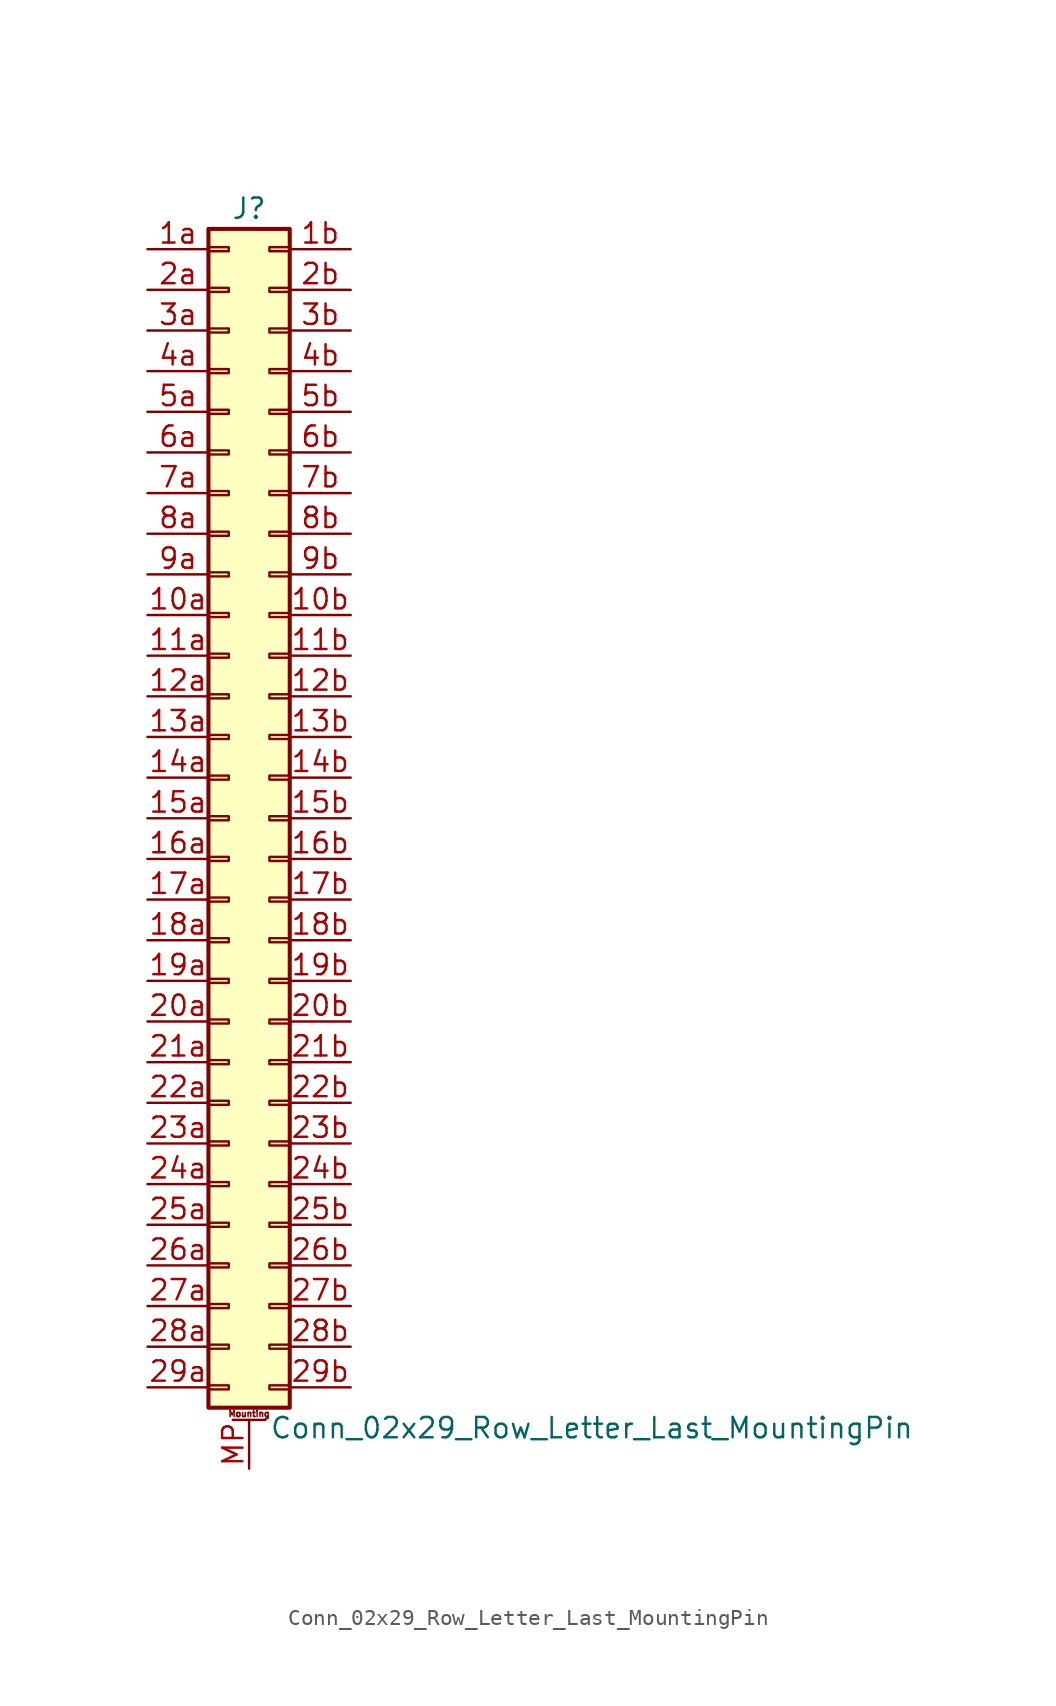
<source format=kicad_sym>
(kicad_symbol_lib
  (version 20211014)
  (generator kicad_symbol_editor)
  (symbol "Conn_02x29_Row_Letter_Last_MountingPin"
    (pin_names
      (offset 1.016) hide)
    (property "Reference" "J"
      (at 1.27 38.1 0)
      (effects (font (size 1.27 1.27))))
    (property "Value" "Conn_02x29_Row_Letter_Last_MountingPin"
      (at 2.54 -38.1 0)
      (effects (font (size 1.27 1.27)) (justify left)))
    (symbol "Conn_02x29_Row_Letter_Last_MountingPin_1_1"
      (rectangle (start -1.27 -35.433) (end 0 -35.687) (stroke (width 0.152) (type default) (color 0 0 0 0)) (fill (type none)))
      (rectangle (start -1.27 -32.893) (end 0 -33.147) (stroke (width 0.152) (type default) (color 0 0 0 0)) (fill (type none)))
      (rectangle (start -1.27 -30.353) (end 0 -30.607) (stroke (width 0.152) (type default) (color 0 0 0 0)) (fill (type none)))
      (rectangle (start -1.27 -27.813) (end 0 -28.067) (stroke (width 0.152) (type default) (color 0 0 0 0)) (fill (type none)))
      (rectangle (start -1.27 -25.273) (end 0 -25.527) (stroke (width 0.152) (type default) (color 0 0 0 0)) (fill (type none)))
      (rectangle (start -1.27 -22.733) (end 0 -22.987) (stroke (width 0.152) (type default) (color 0 0 0 0)) (fill (type none)))
      (rectangle (start -1.27 -20.193) (end 0 -20.447) (stroke (width 0.152) (type default) (color 0 0 0 0)) (fill (type none)))
      (rectangle (start -1.27 -17.653) (end 0 -17.907) (stroke (width 0.152) (type default) (color 0 0 0 0)) (fill (type none)))
      (rectangle (start -1.27 -15.113) (end 0 -15.367) (stroke (width 0.152) (type default) (color 0 0 0 0)) (fill (type none)))
      (rectangle (start -1.27 -12.573) (end 0 -12.827) (stroke (width 0.152) (type default) (color 0 0 0 0)) (fill (type none)))
      (rectangle (start -1.27 -10.033) (end 0 -10.287) (stroke (width 0.152) (type default) (color 0 0 0 0)) (fill (type none)))
      (rectangle (start -1.27 -7.493) (end 0 -7.747) (stroke (width 0.152) (type default) (color 0 0 0 0)) (fill (type none)))
      (rectangle (start -1.27 -4.953) (end 0 -5.207) (stroke (width 0.152) (type default) (color 0 0 0 0)) (fill (type none)))
      (rectangle (start -1.27 -2.413) (end 0 -2.667) (stroke (width 0.152) (type default) (color 0 0 0 0)) (fill (type none)))
      (rectangle (start -1.27 0.127) (end 0 -0.127) (stroke (width 0.152) (type default) (color 0 0 0 0)) (fill (type none)))
      (rectangle (start -1.27 2.667) (end 0 2.413) (stroke (width 0.152) (type default) (color 0 0 0 0)) (fill (type none)))
      (rectangle (start -1.27 5.207) (end 0 4.953) (stroke (width 0.152) (type default) (color 0 0 0 0)) (fill (type none)))
      (rectangle (start -1.27 7.747) (end 0 7.493) (stroke (width 0.152) (type default) (color 0 0 0 0)) (fill (type none)))
      (rectangle (start -1.27 10.287) (end 0 10.033) (stroke (width 0.152) (type default) (color 0 0 0 0)) (fill (type none)))
      (rectangle (start -1.27 12.827) (end 0 12.573) (stroke (width 0.152) (type default) (color 0 0 0 0)) (fill (type none)))
      (rectangle (start -1.27 15.367) (end 0 15.113) (stroke (width 0.152) (type default) (color 0 0 0 0)) (fill (type none)))
      (rectangle (start -1.27 17.907) (end 0 17.653) (stroke (width 0.152) (type default) (color 0 0 0 0)) (fill (type none)))
      (rectangle (start -1.27 20.447) (end 0 20.193) (stroke (width 0.152) (type default) (color 0 0 0 0)) (fill (type none)))
      (rectangle (start -1.27 22.987) (end 0 22.733) (stroke (width 0.152) (type default) (color 0 0 0 0)) (fill (type none)))
      (rectangle (start -1.27 25.527) (end 0 25.273) (stroke (width 0.152) (type default) (color 0 0 0 0)) (fill (type none)))
      (rectangle (start -1.27 28.067) (end 0 27.813) (stroke (width 0.152) (type default) (color 0 0 0 0)) (fill (type none)))
      (rectangle (start -1.27 30.607) (end 0 30.353) (stroke (width 0.152) (type default) (color 0 0 0 0)) (fill (type none)))
      (rectangle (start -1.27 33.147) (end 0 32.893) (stroke (width 0.152) (type default) (color 0 0 0 0)) (fill (type none)))
      (rectangle (start -1.27 35.687) (end 0 35.433) (stroke (width 0.152) (type default) (color 0 0 0 0)) (fill (type none)))
      (rectangle (start -1.27 36.83) (end 3.81 -36.83) (stroke (width 0.254) (type default) (color 0 0 0 0)) (fill (type background)))
      (polyline (pts (xy 0.254 -37.592) (xy 2.286 -37.592)) (stroke (width 0.152) (type default) (color 0 0 0 0)) (fill (type none)))
      (rectangle (start 3.81 -35.433) (end 2.54 -35.687) (stroke (width 0.152) (type default) (color 0 0 0 0)) (fill (type none)))
      (rectangle (start 3.81 -32.893) (end 2.54 -33.147) (stroke (width 0.152) (type default) (color 0 0 0 0)) (fill (type none)))
      (rectangle (start 3.81 -30.353) (end 2.54 -30.607) (stroke (width 0.152) (type default) (color 0 0 0 0)) (fill (type none)))
      (rectangle (start 3.81 -27.813) (end 2.54 -28.067) (stroke (width 0.152) (type default) (color 0 0 0 0)) (fill (type none)))
      (rectangle (start 3.81 -25.273) (end 2.54 -25.527) (stroke (width 0.152) (type default) (color 0 0 0 0)) (fill (type none)))
      (rectangle (start 3.81 -22.733) (end 2.54 -22.987) (stroke (width 0.152) (type default) (color 0 0 0 0)) (fill (type none)))
      (rectangle (start 3.81 -20.193) (end 2.54 -20.447) (stroke (width 0.152) (type default) (color 0 0 0 0)) (fill (type none)))
      (rectangle (start 3.81 -17.653) (end 2.54 -17.907) (stroke (width 0.152) (type default) (color 0 0 0 0)) (fill (type none)))
      (rectangle (start 3.81 -15.113) (end 2.54 -15.367) (stroke (width 0.152) (type default) (color 0 0 0 0)) (fill (type none)))
      (rectangle (start 3.81 -12.573) (end 2.54 -12.827) (stroke (width 0.152) (type default) (color 0 0 0 0)) (fill (type none)))
      (rectangle (start 3.81 -10.033) (end 2.54 -10.287) (stroke (width 0.152) (type default) (color 0 0 0 0)) (fill (type none)))
      (rectangle (start 3.81 -7.493) (end 2.54 -7.747) (stroke (width 0.152) (type default) (color 0 0 0 0)) (fill (type none)))
      (rectangle (start 3.81 -4.953) (end 2.54 -5.207) (stroke (width 0.152) (type default) (color 0 0 0 0)) (fill (type none)))
      (rectangle (start 3.81 -2.413) (end 2.54 -2.667) (stroke (width 0.152) (type default) (color 0 0 0 0)) (fill (type none)))
      (rectangle (start 3.81 0.127) (end 2.54 -0.127) (stroke (width 0.152) (type default) (color 0 0 0 0)) (fill (type none)))
      (rectangle (start 3.81 2.667) (end 2.54 2.413) (stroke (width 0.152) (type default) (color 0 0 0 0)) (fill (type none)))
      (rectangle (start 3.81 5.207) (end 2.54 4.953) (stroke (width 0.152) (type default) (color 0 0 0 0)) (fill (type none)))
      (rectangle (start 3.81 7.747) (end 2.54 7.493) (stroke (width 0.152) (type default) (color 0 0 0 0)) (fill (type none)))
      (rectangle (start 3.81 10.287) (end 2.54 10.033) (stroke (width 0.152) (type default) (color 0 0 0 0)) (fill (type none)))
      (rectangle (start 3.81 12.827) (end 2.54 12.573) (stroke (width 0.152) (type default) (color 0 0 0 0)) (fill (type none)))
      (rectangle (start 3.81 15.367) (end 2.54 15.113) (stroke (width 0.152) (type default) (color 0 0 0 0)) (fill (type none)))
      (rectangle (start 3.81 17.907) (end 2.54 17.653) (stroke (width 0.152) (type default) (color 0 0 0 0)) (fill (type none)))
      (rectangle (start 3.81 20.447) (end 2.54 20.193) (stroke (width 0.152) (type default) (color 0 0 0 0)) (fill (type none)))
      (rectangle (start 3.81 22.987) (end 2.54 22.733) (stroke (width 0.152) (type default) (color 0 0 0 0)) (fill (type none)))
      (rectangle (start 3.81 25.527) (end 2.54 25.273) (stroke (width 0.152) (type default) (color 0 0 0 0)) (fill (type none)))
      (rectangle (start 3.81 28.067) (end 2.54 27.813) (stroke (width 0.152) (type default) (color 0 0 0 0)) (fill (type none)))
      (rectangle (start 3.81 30.607) (end 2.54 30.353) (stroke (width 0.152) (type default) (color 0 0 0 0)) (fill (type none)))
      (rectangle (start 3.81 33.147) (end 2.54 32.893) (stroke (width 0.152) (type default) (color 0 0 0 0)) (fill (type none)))
      (rectangle (start 3.81 35.687) (end 2.54 35.433) (stroke (width 0.152) (type default) (color 0 0 0 0)) (fill (type none)))
      (text "Mounting" (at 1.27 -37.211 0) (effects (font (size 0.381 0.381))))
      (pin passive line (at -5.08 12.7 0) (length 3.81) (name "Pin_10a" (effects (font (size 1.27 1.27)))) (number "10a" (effects (font (size 1.27 1.27)))))
      (pin passive line (at 7.62 12.7 180) (length 3.81) (name "Pin_10b" (effects (font (size 1.27 1.27)))) (number "10b" (effects (font (size 1.27 1.27)))))
      (pin passive line (at -5.08 10.16 0) (length 3.81) (name "Pin_11a" (effects (font (size 1.27 1.27)))) (number "11a" (effects (font (size 1.27 1.27)))))
      (pin passive line (at 7.62 10.16 180) (length 3.81) (name "Pin_11b" (effects (font (size 1.27 1.27)))) (number "11b" (effects (font (size 1.27 1.27)))))
      (pin passive line (at -5.08 7.62 0) (length 3.81) (name "Pin_12a" (effects (font (size 1.27 1.27)))) (number "12a" (effects (font (size 1.27 1.27)))))
      (pin passive line (at 7.62 7.62 180) (length 3.81) (name "Pin_12b" (effects (font (size 1.27 1.27)))) (number "12b" (effects (font (size 1.27 1.27)))))
      (pin passive line (at -5.08 5.08 0) (length 3.81) (name "Pin_13a" (effects (font (size 1.27 1.27)))) (number "13a" (effects (font (size 1.27 1.27)))))
      (pin passive line (at 7.62 5.08 180) (length 3.81) (name "Pin_13b" (effects (font (size 1.27 1.27)))) (number "13b" (effects (font (size 1.27 1.27)))))
      (pin passive line (at -5.08 2.54 0) (length 3.81) (name "Pin_14a" (effects (font (size 1.27 1.27)))) (number "14a" (effects (font (size 1.27 1.27)))))
      (pin passive line (at 7.62 2.54 180) (length 3.81) (name "Pin_14b" (effects (font (size 1.27 1.27)))) (number "14b" (effects (font (size 1.27 1.27)))))
      (pin passive line (at -5.08 0 0) (length 3.81) (name "Pin_15a" (effects (font (size 1.27 1.27)))) (number "15a" (effects (font (size 1.27 1.27)))))
      (pin passive line (at 7.62 0 180) (length 3.81) (name "Pin_15b" (effects (font (size 1.27 1.27)))) (number "15b" (effects (font (size 1.27 1.27)))))
      (pin passive line (at -5.08 -2.54 0) (length 3.81) (name "Pin_16a" (effects (font (size 1.27 1.27)))) (number "16a" (effects (font (size 1.27 1.27)))))
      (pin passive line (at 7.62 -2.54 180) (length 3.81) (name "Pin_16b" (effects (font (size 1.27 1.27)))) (number "16b" (effects (font (size 1.27 1.27)))))
      (pin passive line (at -5.08 -5.08 0) (length 3.81) (name "Pin_17a" (effects (font (size 1.27 1.27)))) (number "17a" (effects (font (size 1.27 1.27)))))
      (pin passive line (at 7.62 -5.08 180) (length 3.81) (name "Pin_17b" (effects (font (size 1.27 1.27)))) (number "17b" (effects (font (size 1.27 1.27)))))
      (pin passive line (at -5.08 -7.62 0) (length 3.81) (name "Pin_18a" (effects (font (size 1.27 1.27)))) (number "18a" (effects (font (size 1.27 1.27)))))
      (pin passive line (at 7.62 -7.62 180) (length 3.81) (name "Pin_18b" (effects (font (size 1.27 1.27)))) (number "18b" (effects (font (size 1.27 1.27)))))
      (pin passive line (at -5.08 -10.16 0) (length 3.81) (name "Pin_19a" (effects (font (size 1.27 1.27)))) (number "19a" (effects (font (size 1.27 1.27)))))
      (pin passive line (at 7.62 -10.16 180) (length 3.81) (name "Pin_19b" (effects (font (size 1.27 1.27)))) (number "19b" (effects (font (size 1.27 1.27)))))
      (pin passive line (at -5.08 35.56 0) (length 3.81) (name "Pin_1a" (effects (font (size 1.27 1.27)))) (number "1a" (effects (font (size 1.27 1.27)))))
      (pin passive line (at 7.62 35.56 180) (length 3.81) (name "Pin_1b" (effects (font (size 1.27 1.27)))) (number "1b" (effects (font (size 1.27 1.27)))))
      (pin passive line (at -5.08 -12.7 0) (length 3.81) (name "Pin_20a" (effects (font (size 1.27 1.27)))) (number "20a" (effects (font (size 1.27 1.27)))))
      (pin passive line (at 7.62 -12.7 180) (length 3.81) (name "Pin_20b" (effects (font (size 1.27 1.27)))) (number "20b" (effects (font (size 1.27 1.27)))))
      (pin passive line (at -5.08 -15.24 0) (length 3.81) (name "Pin_21a" (effects (font (size 1.27 1.27)))) (number "21a" (effects (font (size 1.27 1.27)))))
      (pin passive line (at 7.62 -15.24 180) (length 3.81) (name "Pin_21b" (effects (font (size 1.27 1.27)))) (number "21b" (effects (font (size 1.27 1.27)))))
      (pin passive line (at -5.08 -17.78 0) (length 3.81) (name "Pin_22a" (effects (font (size 1.27 1.27)))) (number "22a" (effects (font (size 1.27 1.27)))))
      (pin passive line (at 7.62 -17.78 180) (length 3.81) (name "Pin_22b" (effects (font (size 1.27 1.27)))) (number "22b" (effects (font (size 1.27 1.27)))))
      (pin passive line (at -5.08 -20.32 0) (length 3.81) (name "Pin_23a" (effects (font (size 1.27 1.27)))) (number "23a" (effects (font (size 1.27 1.27)))))
      (pin passive line (at 7.62 -20.32 180) (length 3.81) (name "Pin_23b" (effects (font (size 1.27 1.27)))) (number "23b" (effects (font (size 1.27 1.27)))))
      (pin passive line (at -5.08 -22.86 0) (length 3.81) (name "Pin_24a" (effects (font (size 1.27 1.27)))) (number "24a" (effects (font (size 1.27 1.27)))))
      (pin passive line (at 7.62 -22.86 180) (length 3.81) (name "Pin_24b" (effects (font (size 1.27 1.27)))) (number "24b" (effects (font (size 1.27 1.27)))))
      (pin passive line (at -5.08 -25.4 0) (length 3.81) (name "Pin_25a" (effects (font (size 1.27 1.27)))) (number "25a" (effects (font (size 1.27 1.27)))))
      (pin passive line (at 7.62 -25.4 180) (length 3.81) (name "Pin_25b" (effects (font (size 1.27 1.27)))) (number "25b" (effects (font (size 1.27 1.27)))))
      (pin passive line (at -5.08 -27.94 0) (length 3.81) (name "Pin_26a" (effects (font (size 1.27 1.27)))) (number "26a" (effects (font (size 1.27 1.27)))))
      (pin passive line (at 7.62 -27.94 180) (length 3.81) (name "Pin_26b" (effects (font (size 1.27 1.27)))) (number "26b" (effects (font (size 1.27 1.27)))))
      (pin passive line (at -5.08 -30.48 0) (length 3.81) (name "Pin_27a" (effects (font (size 1.27 1.27)))) (number "27a" (effects (font (size 1.27 1.27)))))
      (pin passive line (at 7.62 -30.48 180) (length 3.81) (name "Pin_27b" (effects (font (size 1.27 1.27)))) (number "27b" (effects (font (size 1.27 1.27)))))
      (pin passive line (at -5.08 -33.02 0) (length 3.81) (name "Pin_28a" (effects (font (size 1.27 1.27)))) (number "28a" (effects (font (size 1.27 1.27)))))
      (pin passive line (at 7.62 -33.02 180) (length 3.81) (name "Pin_28b" (effects (font (size 1.27 1.27)))) (number "28b" (effects (font (size 1.27 1.27)))))
      (pin passive line (at -5.08 -35.56 0) (length 3.81) (name "Pin_29a" (effects (font (size 1.27 1.27)))) (number "29a" (effects (font (size 1.27 1.27)))))
      (pin passive line (at 7.62 -35.56 180) (length 3.81) (name "Pin_29b" (effects (font (size 1.27 1.27)))) (number "29b" (effects (font (size 1.27 1.27)))))
      (pin passive line (at -5.08 33.02 0) (length 3.81) (name "Pin_2a" (effects (font (size 1.27 1.27)))) (number "2a" (effects (font (size 1.27 1.27)))))
      (pin passive line (at 7.62 33.02 180) (length 3.81) (name "Pin_2b" (effects (font (size 1.27 1.27)))) (number "2b" (effects (font (size 1.27 1.27)))))
      (pin passive line (at -5.08 30.48 0) (length 3.81) (name "Pin_3a" (effects (font (size 1.27 1.27)))) (number "3a" (effects (font (size 1.27 1.27)))))
      (pin passive line (at 7.62 30.48 180) (length 3.81) (name "Pin_3b" (effects (font (size 1.27 1.27)))) (number "3b" (effects (font (size 1.27 1.27)))))
      (pin passive line (at -5.08 27.94 0) (length 3.81) (name "Pin_4a" (effects (font (size 1.27 1.27)))) (number "4a" (effects (font (size 1.27 1.27)))))
      (pin passive line (at 7.62 27.94 180) (length 3.81) (name "Pin_4b" (effects (font (size 1.27 1.27)))) (number "4b" (effects (font (size 1.27 1.27)))))
      (pin passive line (at -5.08 25.4 0) (length 3.81) (name "Pin_5a" (effects (font (size 1.27 1.27)))) (number "5a" (effects (font (size 1.27 1.27)))))
      (pin passive line (at 7.62 25.4 180) (length 3.81) (name "Pin_5b" (effects (font (size 1.27 1.27)))) (number "5b" (effects (font (size 1.27 1.27)))))
      (pin passive line (at -5.08 22.86 0) (length 3.81) (name "Pin_6a" (effects (font (size 1.27 1.27)))) (number "6a" (effects (font (size 1.27 1.27)))))
      (pin passive line (at 7.62 22.86 180) (length 3.81) (name "Pin_6b" (effects (font (size 1.27 1.27)))) (number "6b" (effects (font (size 1.27 1.27)))))
      (pin passive line (at -5.08 20.32 0) (length 3.81) (name "Pin_7a" (effects (font (size 1.27 1.27)))) (number "7a" (effects (font (size 1.27 1.27)))))
      (pin passive line (at 7.62 20.32 180) (length 3.81) (name "Pin_7b" (effects (font (size 1.27 1.27)))) (number "7b" (effects (font (size 1.27 1.27)))))
      (pin passive line (at -5.08 17.78 0) (length 3.81) (name "Pin_8a" (effects (font (size 1.27 1.27)))) (number "8a" (effects (font (size 1.27 1.27)))))
      (pin passive line (at 7.62 17.78 180) (length 3.81) (name "Pin_8b" (effects (font (size 1.27 1.27)))) (number "8b" (effects (font (size 1.27 1.27)))))
      (pin passive line (at -5.08 15.24 0) (length 3.81) (name "Pin_9a" (effects (font (size 1.27 1.27)))) (number "9a" (effects (font (size 1.27 1.27)))))
      (pin passive line (at 7.62 15.24 180) (length 3.81) (name "Pin_9b" (effects (font (size 1.27 1.27)))) (number "9b" (effects (font (size 1.27 1.27)))))
      (pin passive line (at 1.27 -40.64 90) (length 3.048) (name "MountPin" (effects (font (size 1.27 1.27)))) (number "MP" (effects (font (size 1.27 1.27))))))))
</source>
